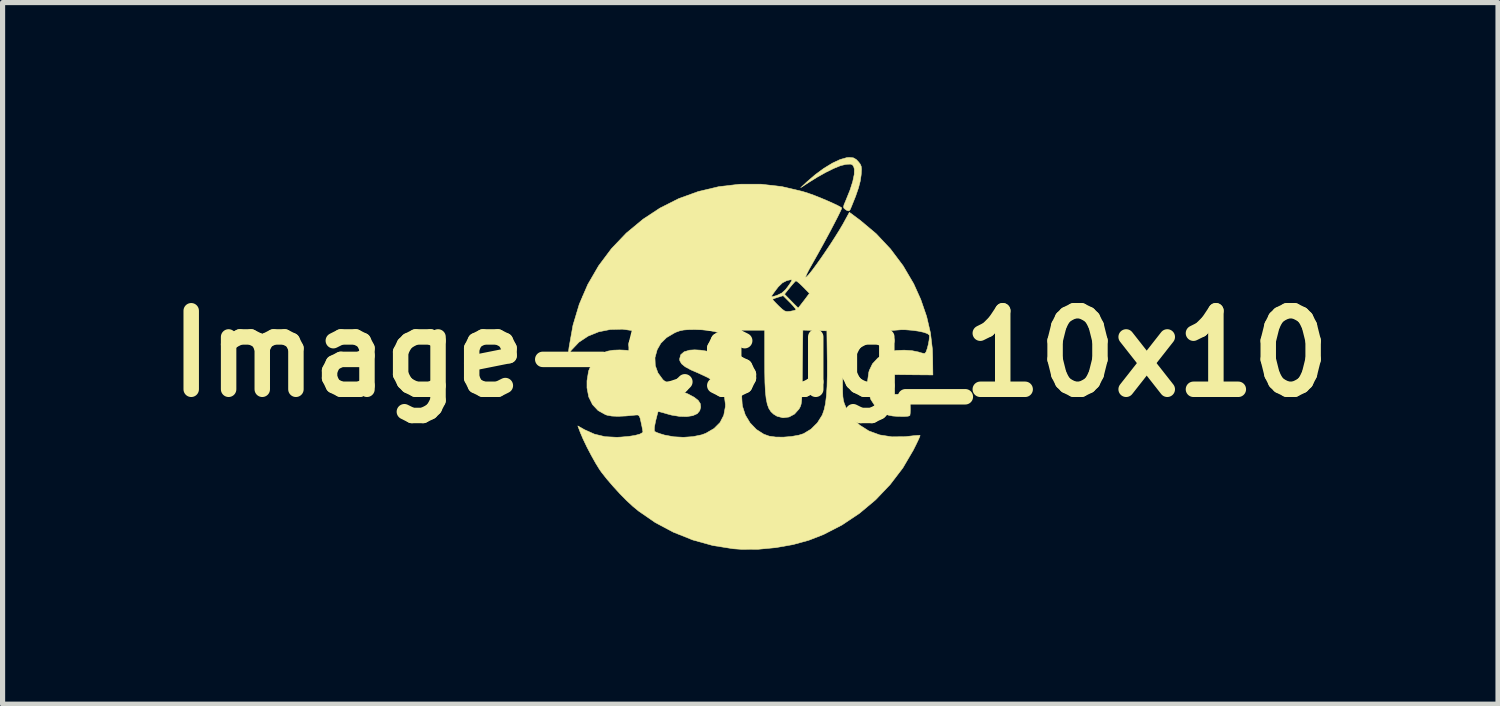
<source format=kicad_pcb>
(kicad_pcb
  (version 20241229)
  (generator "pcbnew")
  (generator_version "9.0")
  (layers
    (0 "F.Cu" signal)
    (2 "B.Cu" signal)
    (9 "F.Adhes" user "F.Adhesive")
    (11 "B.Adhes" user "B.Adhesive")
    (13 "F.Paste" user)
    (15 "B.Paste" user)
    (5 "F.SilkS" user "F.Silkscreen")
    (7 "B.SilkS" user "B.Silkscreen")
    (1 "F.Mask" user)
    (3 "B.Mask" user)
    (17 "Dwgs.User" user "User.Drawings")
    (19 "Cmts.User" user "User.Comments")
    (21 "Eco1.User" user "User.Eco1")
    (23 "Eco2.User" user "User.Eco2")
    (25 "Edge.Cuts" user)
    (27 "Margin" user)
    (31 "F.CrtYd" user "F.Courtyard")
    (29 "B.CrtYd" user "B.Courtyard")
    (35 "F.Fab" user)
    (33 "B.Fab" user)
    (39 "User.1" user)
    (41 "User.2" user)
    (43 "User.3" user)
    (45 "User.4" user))
  (footprint "Image-Csug_10x10"
    (layer "F.Cu")
    (at 11.51 3.815)
    (property "Reference" "Image-Csug_10x10" (at 0 0 0) (layer "F.SilkS") (effects (font (size 1.524 1.524) (thickness 0.3))))
    (attr through_hole)
    (fp_poly (pts (xy 2 -3.802) (xy 2.056 -3.77) (xy 2.096 -3.728) (xy 2.133 -3.681) (xy 2.152 -3.637) (xy 2.158 -3.581) (xy 2.153 -3.494) (xy 2.151 -3.468) (xy 2.134 -3.352) (xy 2.099 -3.218) (xy 2.044 -3.058) (xy 1.966 -2.864) (xy 1.939 -2.8) (xy 1.915 -2.772) (xy 1.877 -2.78) (xy 1.841 -2.804) (xy 1.817 -2.825) (xy 1.809 -2.85) (xy 1.819 -2.892) (xy 1.849 -2.963) (xy 1.859 -2.988) (xy 1.935 -3.176) (xy 1.988 -3.342) (xy 2.017 -3.479) (xy 2.02 -3.582) (xy 2.006 -3.633) (xy 1.982 -3.666) (xy 1.948 -3.68) (xy 1.886 -3.678) (xy 1.849 -3.674) (xy 1.75 -3.65) (xy 1.62 -3.597) (xy 1.466 -3.521) (xy 1.295 -3.425) (xy 1.13 -3.322) (xy 0.978 -3.223) (xy 1.092 -3.33) (xy 1.26 -3.475) (xy 1.43 -3.6) (xy 1.593 -3.699) (xy 1.742 -3.769) (xy 1.871 -3.806) (xy 1.922 -3.81) (xy 2 -3.802)) (stroke (width 0.01) (type solid)) (fill yes) (layer "F.SilkS"))
    (fp_poly (pts (xy 0.613 -3.244) (xy 1.016 -3.149) (xy 1.127 -3.114) (xy 1.234 -3.076) (xy 1.355 -3.028) (xy 1.479 -2.976) (xy 1.594 -2.925) (xy 1.69 -2.88) (xy 1.755 -2.844) (xy 1.774 -2.831) (xy 1.767 -2.806) (xy 1.738 -2.743) (xy 1.691 -2.648) (xy 1.629 -2.528) (xy 1.557 -2.39) (xy 1.476 -2.239) (xy 1.391 -2.083) (xy 1.304 -1.926) (xy 1.22 -1.777) (xy 1.188 -1.72) (xy 1.135 -1.626) (xy 1.096 -1.548) (xy 1.075 -1.498) (xy 1.073 -1.484) (xy 1.095 -1.495) (xy 1.14 -1.543) (xy 1.203 -1.622) (xy 1.28 -1.726) (xy 1.367 -1.848) (xy 1.459 -1.982) (xy 1.553 -2.122) (xy 1.643 -2.262) (xy 1.727 -2.396) (xy 1.799 -2.518) (xy 1.829 -2.573) (xy 1.923 -2.745) (xy 2.136 -2.587) (xy 2.442 -2.33) (xy 2.72 -2.034) (xy 2.965 -1.708) (xy 3.171 -1.358) (xy 3.308 -1.054) (xy 3.422 -0.723) (xy 3.496 -0.405) (xy 3.534 -0.085) (xy 3.539 0.072) (xy 3.543 0.411) (xy 3.169 0.408) (xy 2.794 0.404) (xy 2.794 0.787) (xy 3.095 0.787) (xy 3.103 0.981) (xy 3.105 1.077) (xy 3.103 1.153) (xy 3.097 1.196) (xy 3.096 1.199) (xy 3.063 1.211) (xy 2.99 1.217) (xy 2.888 1.216) (xy 2.878 1.216) (xy 2.764 1.208) (xy 2.682 1.192) (xy 2.611 1.164) (xy 2.551 1.13) (xy 2.429 1.026) (xy 2.34 0.889) (xy 2.287 0.728) (xy 2.273 0.549) (xy 2.299 0.361) (xy 2.309 0.324) (xy 2.371 0.195) (xy 2.475 0.083) (xy 2.61 -0.003) (xy 2.708 -0.04) (xy 2.837 -0.064) (xy 2.987 -0.07) (xy 3.137 -0.06) (xy 3.265 -0.034) (xy 3.29 -0.025) (xy 3.351 -0.009) (xy 3.391 -0.009) (xy 3.412 -0.039) (xy 3.434 -0.102) (xy 3.455 -0.184) (xy 3.47 -0.266) (xy 3.476 -0.333) (xy 3.473 -0.363) (xy 3.438 -0.391) (xy 3.364 -0.417) (xy 3.261 -0.439) (xy 3.138 -0.456) (xy 3.008 -0.466) (xy 2.934 -0.467) (xy 2.67 -0.446) (xy 2.436 -0.384) (xy 2.233 -0.284) (xy 2.062 -0.145) (xy 1.924 0.031) (xy 1.873 0.125) (xy 1.838 0.198) (xy 1.814 0.259) (xy 1.8 0.321) (xy 1.793 0.398) (xy 1.791 0.502) (xy 1.791 0.596) (xy 1.792 0.731) (xy 1.796 0.828) (xy 1.806 0.901) (xy 1.823 0.962) (xy 1.849 1.025) (xy 1.857 1.043) (xy 1.971 1.231) (xy 2.12 1.383) (xy 2.301 1.498) (xy 2.511 1.575) (xy 2.748 1.612) (xy 3.008 1.609) (xy 3.076 1.601) (xy 3.173 1.59) (xy 3.249 1.584) (xy 3.29 1.583) (xy 3.295 1.585) (xy 3.288 1.609) (xy 3.261 1.67) (xy 3.219 1.758) (xy 3.166 1.864) (xy 3.163 1.87) (xy 2.96 2.216) (xy 2.714 2.538) (xy 2.432 2.834) (xy 2.118 3.097) (xy 1.779 3.323) (xy 1.42 3.508) (xy 1.138 3.618) (xy 0.829 3.703) (xy 0.495 3.762) (xy 0.155 3.794) (xy -0.174 3.795) (xy -0.33 3.784) (xy -0.727 3.721) (xy -1.117 3.613) (xy -1.492 3.463) (xy -1.844 3.276) (xy -2.167 3.053) (xy -2.28 2.96) (xy -2.398 2.851) (xy -2.528 2.719) (xy -2.659 2.576) (xy -2.781 2.434) (xy -2.882 2.307) (xy -2.924 2.248) (xy -3.001 2.123) (xy -3.086 1.971) (xy -3.171 1.809) (xy -3.245 1.654) (xy -3.299 1.527) (xy -3.347 1.4) (xy -3.216 1.474) (xy -3.024 1.56) (xy -2.819 1.609) (xy -2.59 1.621) (xy -2.515 1.617) (xy -2.36 1.604) (xy -2.235 1.584) (xy -2.143 1.559) (xy -2.093 1.531) (xy -2.084 1.513) (xy -2.088 1.488) (xy -1.863 1.488) (xy -1.855 1.508) (xy -1.819 1.527) (xy -1.749 1.552) (xy -1.66 1.579) (xy -1.658 1.579) (xy -1.484 1.611) (xy -1.297 1.621) (xy -1.112 1.608) (xy -0.947 1.574) (xy -0.864 1.544) (xy -0.703 1.45) (xy -0.587 1.334) (xy -0.515 1.194) (xy -0.484 1.027) (xy -0.483 0.983) (xy -0.503 0.825) (xy -0.563 0.688) (xy -0.668 0.568) (xy -0.818 0.464) (xy -0.999 0.379) (xy -1.154 0.312) (xy -1.264 0.252) (xy -1.333 0.195) (xy -1.367 0.137) (xy -1.372 0.102) (xy -1.35 0.019) (xy -1.284 -0.038) (xy -1.177 -0.07) (xy -1.08 -0.076) (xy -0.969 -0.07) (xy -0.856 -0.053) (xy -0.798 -0.039) (xy -0.725 -0.021) (xy -0.673 -0.016) (xy -0.659 -0.02) (xy -0.642 -0.056) (xy -0.621 -0.124) (xy -0.599 -0.206) (xy -0.581 -0.287) (xy -0.57 -0.35) (xy -0.57 -0.379) (xy -0.612 -0.407) (xy -0.693 -0.431) (xy -0.805 -0.451) (xy -0.861 -0.457) (xy -0.178 -0.457) (xy -0.178 0.212) (xy -0.177 0.4) (xy -0.174 0.578) (xy -0.17 0.738) (xy -0.164 0.872) (xy -0.158 0.97) (xy -0.152 1.018) (xy -0.097 1.188) (xy -0.004 1.342) (xy 0.118 1.469) (xy 0.262 1.561) (xy 0.368 1.599) (xy 0.493 1.616) (xy 0.643 1.618) (xy 0.799 1.605) (xy 0.941 1.58) (xy 1.035 1.55) (xy 1.178 1.463) (xy 1.302 1.34) (xy 1.395 1.192) (xy 1.4 1.18) (xy 1.433 1.085) (xy 1.459 0.966) (xy 1.477 0.817) (xy 1.489 0.633) (xy 1.494 0.41) (xy 1.494 0.142) (xy 1.493 0.114) (xy 1.486 -0.445) (xy 1.253 -0.452) (xy 1.02 -0.459) (xy 1.011 0.259) (xy 1.009 0.469) (xy 1.006 0.635) (xy 1.003 0.762) (xy 0.999 0.857) (xy 0.993 0.927) (xy 0.986 0.977) (xy 0.975 1.014) (xy 0.961 1.044) (xy 0.944 1.074) (xy 0.942 1.076) (xy 0.858 1.17) (xy 0.752 1.227) (xy 0.635 1.242) (xy 0.52 1.213) (xy 0.513 1.209) (xy 0.451 1.171) (xy 0.4 1.123) (xy 0.36 1.061) (xy 0.33 0.98) (xy 0.308 0.872) (xy 0.293 0.735) (xy 0.284 0.561) (xy 0.28 0.346) (xy 0.279 0.16) (xy 0.279 -0.457) (xy -0.178 -0.457) (xy -0.861 -0.457) (xy -0.936 -0.465) (xy -1.076 -0.47) (xy -1.079 -0.47) (xy -1.205 -0.468) (xy -1.295 -0.461) (xy -1.367 -0.446) (xy -1.437 -0.421) (xy -1.473 -0.404) (xy -1.625 -0.314) (xy -1.736 -0.204) (xy -1.807 -0.08) (xy -1.85 0.076) (xy -1.844 0.228) (xy -1.792 0.372) (xy -1.697 0.502) (xy -1.56 0.615) (xy -1.385 0.706) (xy -1.374 0.71) (xy -1.209 0.78) (xy -1.089 0.844) (xy -1.011 0.905) (xy -0.971 0.967) (xy -0.963 1.036) (xy -0.981 1.104) (xy -1.029 1.162) (xy -1.116 1.201) (xy -1.234 1.219) (xy -1.374 1.215) (xy -1.528 1.19) (xy -1.613 1.167) (xy -1.698 1.142) (xy -1.76 1.126) (xy -1.789 1.122) (xy -1.789 1.122) (xy -1.798 1.149) (xy -1.814 1.212) (xy -1.836 1.298) (xy -1.838 1.307) (xy -1.86 1.419) (xy -1.863 1.488) (xy -2.088 1.488) (xy -2.09 1.475) (xy -2.104 1.404) (xy -2.119 1.333) (xy -2.138 1.249) (xy -2.157 1.205) (xy -2.181 1.188) (xy -2.212 1.188) (xy -2.41 1.207) (xy -2.566 1.214) (xy -2.686 1.209) (xy -2.779 1.192) (xy -2.809 1.182) (xy -2.953 1.102) (xy -3.062 0.986) (xy -3.135 0.838) (xy -3.169 0.662) (xy -3.169 0.524) (xy -3.138 0.334) (xy -3.07 0.177) (xy -2.968 0.056) (xy -2.834 -0.028) (xy -2.766 -0.051) (xy -2.664 -0.069) (xy -2.537 -0.074) (xy -2.407 -0.068) (xy -2.294 -0.051) (xy -2.254 -0.04) (xy -2.159 -0.006) (xy -2.131 -0.111) (xy -2.107 -0.198) (xy -2.084 -0.277) (xy -2.08 -0.29) (xy -2.064 -0.346) (xy -2.066 -0.381) (xy -2.093 -0.404) (xy -2.154 -0.424) (xy -2.234 -0.442) (xy -2.479 -0.477) (xy -2.718 -0.471) (xy -2.942 -0.426) (xy -3.147 -0.343) (xy -3.325 -0.225) (xy -3.469 -0.074) (xy -3.472 -0.071) (xy -3.534 0.013) (xy -3.517 -0.127) (xy -3.441 -0.554) (xy -3.319 -0.961) (xy -3.278 -1.056) (xy 0.432 -1.056) (xy 0.448 -1.035) (xy 0.492 -0.988) (xy 0.552 -0.927) (xy 0.62 -0.864) (xy 0.667 -0.83) (xy 0.71 -0.819) (xy 0.764 -0.823) (xy 0.774 -0.824) (xy 0.84 -0.837) (xy 0.882 -0.85) (xy 0.887 -0.853) (xy 0.876 -0.875) (xy 0.837 -0.923) (xy 0.778 -0.987) (xy 0.769 -0.996) (xy 0.638 -1.127) (xy 0.535 -1.096) (xy 0.472 -1.075) (xy 0.435 -1.059) (xy 0.432 -1.056) (xy -3.278 -1.056) (xy -3.256 -1.108) (xy 0.406 -1.108) (xy 0.428 -1.108) (xy 0.482 -1.122) (xy 0.52 -1.134) (xy 0.565 -1.156) (xy 0.664 -1.156) (xy 0.795 -1.022) (xy 0.858 -0.958) (xy 0.906 -0.911) (xy 0.929 -0.889) (xy 0.93 -0.889) (xy 0.946 -0.908) (xy 0.984 -0.957) (xy 1.037 -1.026) (xy 1.041 -1.03) (xy 1.147 -1.172) (xy 1.025 -1.297) (xy 0.961 -1.359) (xy 0.911 -1.401) (xy 0.885 -1.416) (xy 0.885 -1.416) (xy 0.861 -1.394) (xy 0.817 -1.344) (xy 0.766 -1.283) (xy 0.664 -1.156) (xy 0.565 -1.156) (xy 0.608 -1.176) (xy 0.683 -1.244) (xy 0.726 -1.299) (xy 0.773 -1.366) (xy 0.802 -1.416) (xy 0.808 -1.435) (xy 0.78 -1.436) (xy 0.722 -1.423) (xy 0.703 -1.417) (xy 0.624 -1.377) (xy 0.544 -1.3) (xy 0.508 -1.254) (xy 0.456 -1.184) (xy 0.42 -1.131) (xy 0.406 -1.108) (xy -3.256 -1.108) (xy -3.153 -1.346) (xy -2.944 -1.706) (xy -2.695 -2.039) (xy -2.406 -2.342) (xy -2.08 -2.612) (xy -1.755 -2.826) (xy -1.391 -3.01) (xy -1.008 -3.149) (xy -0.611 -3.243) (xy -0.206 -3.29) (xy 0.204 -3.291) (xy 0.613 -3.244)) (stroke (width 0.01) (type solid)) (fill yes) (layer "F.SilkS")))
  (gr_rect
    (start -3 -3)
    (end 26.02 10.615)
    (stroke (width 0.1) (type default))
    (fill no)
    (layer "Edge.Cuts")))
</source>
